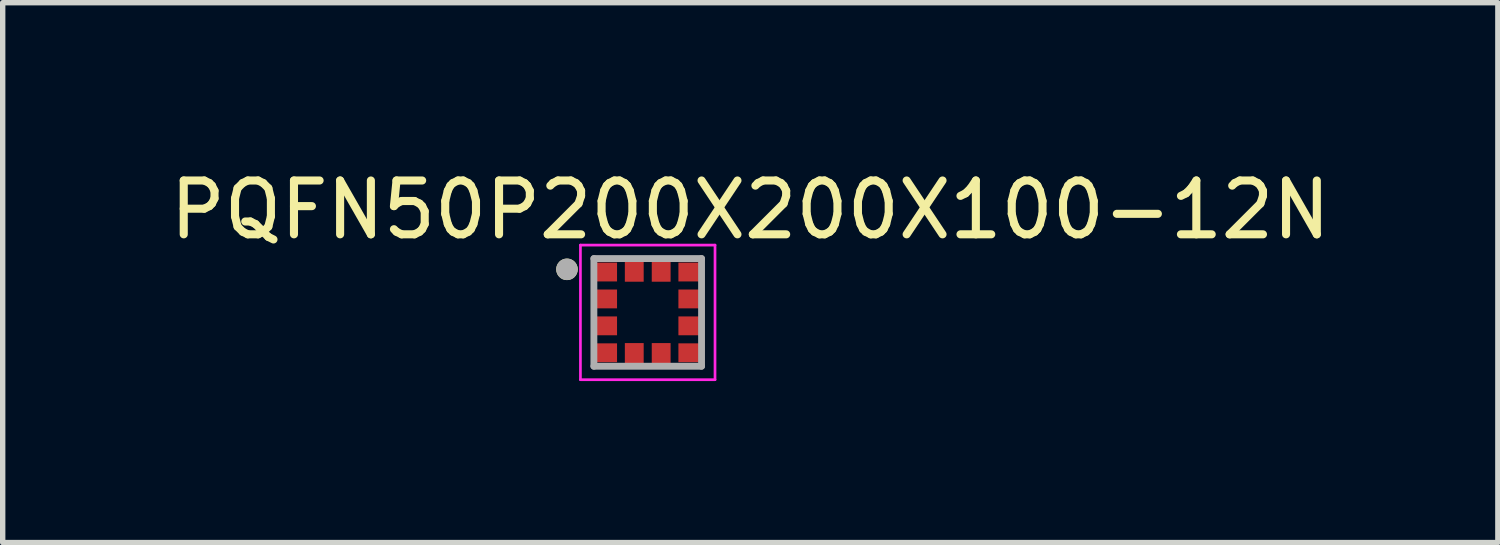
<source format=kicad_pcb>
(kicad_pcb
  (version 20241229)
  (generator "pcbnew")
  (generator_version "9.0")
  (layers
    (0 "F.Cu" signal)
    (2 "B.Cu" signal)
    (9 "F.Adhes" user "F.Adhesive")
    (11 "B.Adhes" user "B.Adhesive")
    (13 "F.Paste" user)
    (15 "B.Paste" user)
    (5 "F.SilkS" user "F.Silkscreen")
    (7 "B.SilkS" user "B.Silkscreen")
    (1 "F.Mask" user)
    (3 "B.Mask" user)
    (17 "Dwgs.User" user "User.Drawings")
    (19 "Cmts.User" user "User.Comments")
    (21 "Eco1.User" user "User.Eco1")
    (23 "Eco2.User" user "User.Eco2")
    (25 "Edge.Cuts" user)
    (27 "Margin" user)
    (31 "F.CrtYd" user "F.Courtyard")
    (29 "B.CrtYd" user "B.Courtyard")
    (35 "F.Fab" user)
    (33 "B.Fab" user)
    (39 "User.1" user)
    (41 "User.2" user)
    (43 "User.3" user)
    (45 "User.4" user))
  (footprint "PQFN50P200X200X100-12N"
    (layer "F.Cu")
    (at 8.982 2.753)
    (property "Reference" "PQFN50P200X200X100-12N" (at 1.905 -1.905 0) (layer "F.SilkS") (effects (font (size 1 1) (thickness 0.15))))
    (attr smd)
    (fp_circle (center -1.5 -0.8) (end -1.4 -0.8) (stroke (width 0.2) (type solid)) (fill no) (layer "F.SilkS"))
    (fp_line (start -1.25 -1.25) (end 1.25 -1.25) (stroke (width 0.05) (type solid)) (layer "F.CrtYd"))
    (fp_line (start -1.25 1.25) (end -1.25 -1.25) (stroke (width 0.05) (type solid)) (layer "F.CrtYd"))
    (fp_line (start 1.25 -1.25) (end 1.25 1.25) (stroke (width 0.05) (type solid)) (layer "F.CrtYd"))
    (fp_line (start 1.25 1.25) (end -1.25 1.25) (stroke (width 0.05) (type solid)) (layer "F.CrtYd"))
    (fp_line (start -1 -1) (end 1 -1) (stroke (width 0.127) (type solid)) (layer "F.Fab"))
    (fp_line (start -1 1) (end -1 -1) (stroke (width 0.127) (type solid)) (layer "F.Fab"))
    (fp_line (start 1 -1) (end 1 1) (stroke (width 0.127) (type solid)) (layer "F.Fab"))
    (fp_line (start 1 1) (end -1 1) (stroke (width 0.127) (type solid)) (layer "F.Fab"))
    (fp_circle (center -1.5 -0.8) (end -1.4 -0.8) (stroke (width 0.2) (type solid)) (fill no) (layer "F.Fab"))
    (pad "1" smd rect (at -0.765 -0.75) (size 0.39 0.35) (layers "F.Cu" "F.Mask" "F.Paste"))
    (pad "2" smd rect (at -0.765 -0.25) (size 0.39 0.35) (layers "F.Cu" "F.Mask" "F.Paste"))
    (pad "3" smd rect (at -0.765 0.25) (size 0.39 0.35) (layers "F.Cu" "F.Mask" "F.Paste"))
    (pad "4" smd rect (at -0.765 0.75) (size 0.39 0.35) (layers "F.Cu" "F.Mask" "F.Paste"))
    (pad "5" smd rect (at -0.25 0.765) (size 0.35 0.39) (layers "F.Cu" "F.Mask" "F.Paste"))
    (pad "6" smd rect (at 0.25 0.765) (size 0.35 0.39) (layers "F.Cu" "F.Mask" "F.Paste"))
    (pad "7" smd rect (at 0.765 0.75) (size 0.39 0.35) (layers "F.Cu" "F.Mask" "F.Paste"))
    (pad "8" smd rect (at 0.765 0.25) (size 0.39 0.35) (layers "F.Cu" "F.Mask" "F.Paste"))
    (pad "9" smd rect (at 0.765 -0.25) (size 0.39 0.35) (layers "F.Cu" "F.Mask" "F.Paste"))
    (pad "10" smd rect (at 0.765 -0.75) (size 0.39 0.35) (layers "F.Cu" "F.Mask" "F.Paste"))
    (pad "11" smd rect (at 0.25 -0.765) (size 0.35 0.39) (layers "F.Cu" "F.Mask" "F.Paste"))
    (pad "12" smd rect (at -0.25 -0.765) (size 0.35 0.39) (layers "F.Cu" "F.Mask" "F.Paste")))
  (gr_rect
    (start -3 -3)
    (end 24.774 7.028)
    (stroke (width 0.1) (type default))
    (fill no)
    (layer "Edge.Cuts")))
</source>
